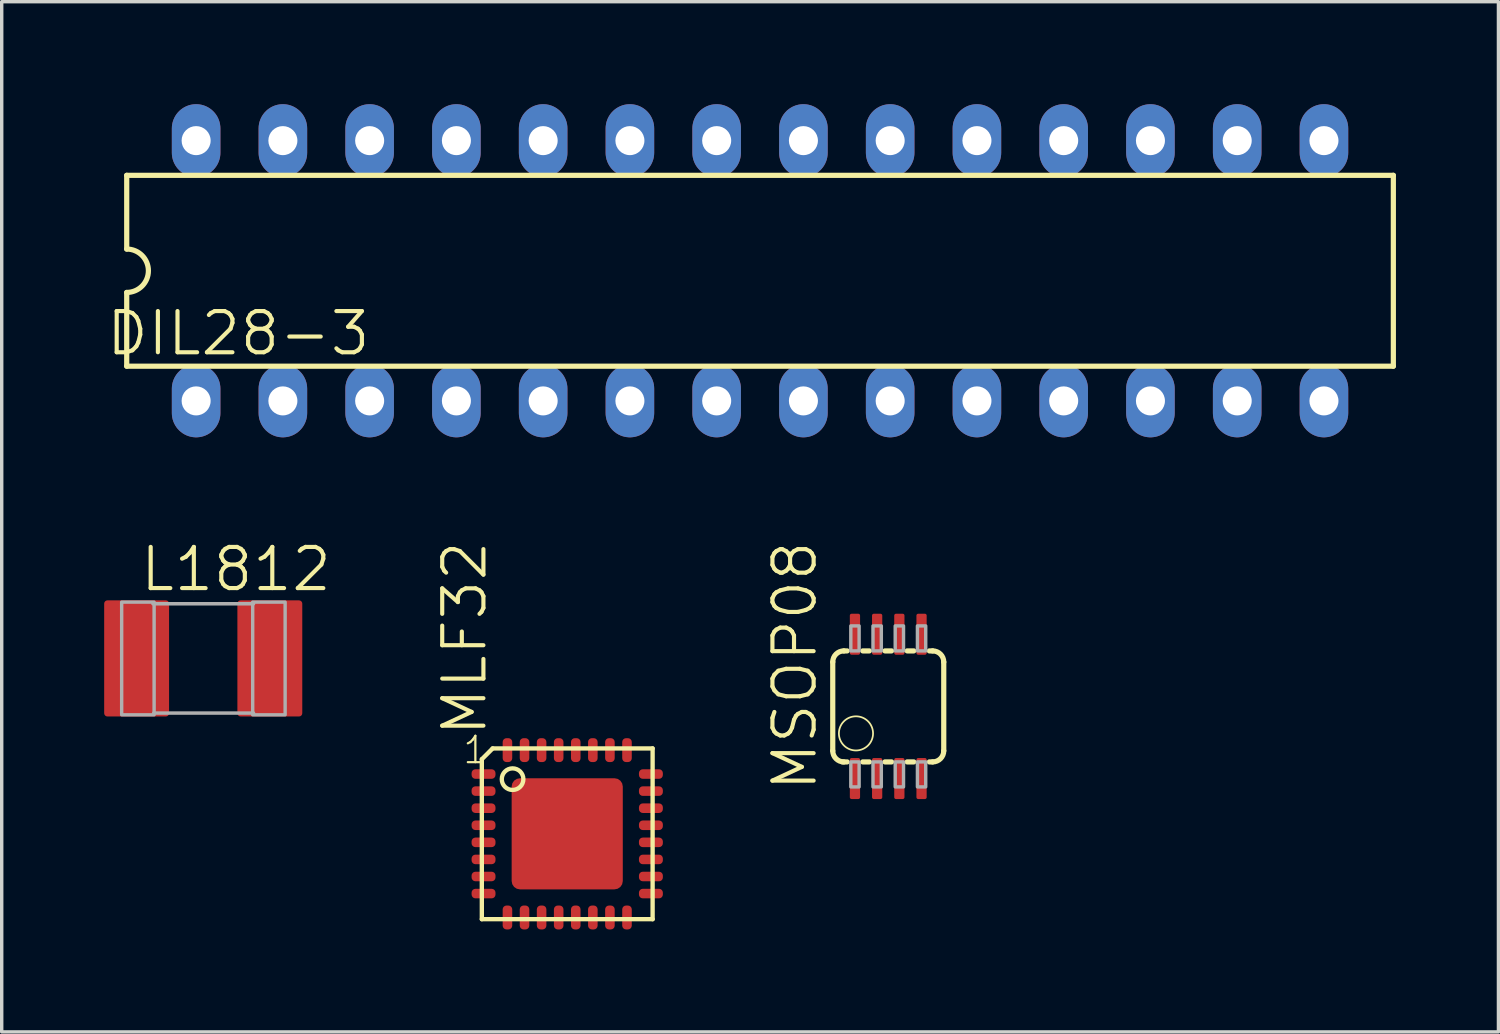
<source format=kicad_pcb>
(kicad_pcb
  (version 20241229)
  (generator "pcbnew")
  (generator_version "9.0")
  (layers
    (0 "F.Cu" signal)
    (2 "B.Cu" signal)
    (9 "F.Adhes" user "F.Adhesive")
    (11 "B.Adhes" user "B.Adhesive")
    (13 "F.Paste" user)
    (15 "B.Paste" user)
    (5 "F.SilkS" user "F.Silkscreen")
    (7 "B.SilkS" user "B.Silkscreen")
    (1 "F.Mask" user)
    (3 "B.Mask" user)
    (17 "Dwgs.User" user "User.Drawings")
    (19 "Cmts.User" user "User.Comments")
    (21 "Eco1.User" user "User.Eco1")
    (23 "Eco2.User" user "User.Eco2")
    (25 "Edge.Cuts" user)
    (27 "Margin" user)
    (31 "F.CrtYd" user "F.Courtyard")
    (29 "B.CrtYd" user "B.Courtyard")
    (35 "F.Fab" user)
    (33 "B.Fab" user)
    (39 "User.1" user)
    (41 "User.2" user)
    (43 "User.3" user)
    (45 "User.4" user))
  (footprint "MLF32"
    (layer "F.Cu")
    (at 13.557 21.362)
    (property "Reference" "MLF32" (at -2.3 -2.8 270) (layer "F.SilkS") (effects (font (size 1.206 1.206) (thickness 0.121)) (justify left bottom)))
    (attr through_hole)
    (fp_poly (pts (xy 0 -1.27) (xy 0.248 -1.246) (xy 0.486 -1.173) (xy 0.706 -1.056) (xy 0.898 -0.898) (xy 1.056 -0.706) (xy 1.173 -0.486) (xy 1.27 0) (xy 1.246 0.248) (xy 1.173 0.486) (xy 1.056 0.706) (xy 0.898 0.898) (xy 0.706 1.056) (xy 0.486 1.173) (xy 0 1.27) (xy -0.248 1.246) (xy -0.486 1.173) (xy -0.706 1.056) (xy -0.898 0.898) (xy -1.056 0.706) (xy -1.173 0.486) (xy -1.27 0) (xy -1.246 -0.248) (xy -1.173 -0.486) (xy -1.056 -0.706) (xy -0.898 -0.898) (xy -0.706 -1.056) (xy -0.486 -1.173)) (stroke (width 0) (type solid)) (fill yes) (layer "F.Mask"))
    (fp_line (start -2.5 -2.183) (end -2.5 2.5) (stroke (width 0.127) (type solid)) (layer "F.SilkS"))
    (fp_line (start -2.5 2.5) (end 2.5 2.5) (stroke (width 0.127) (type solid)) (layer "F.SilkS"))
    (fp_line (start -2.183 -2.5) (end -2.5 -2.183) (stroke (width 0.127) (type solid)) (layer "F.SilkS"))
    (fp_line (start 2.5 -2.5) (end -2.183 -2.5) (stroke (width 0.127) (type solid)) (layer "F.SilkS"))
    (fp_line (start 2.5 2.5) (end 2.5 -2.5) (stroke (width 0.127) (type solid)) (layer "F.SilkS"))
    (fp_circle (center -1.6 -1.6) (end -1.284 -1.6) (stroke (width 0.127) (type solid)) (fill no) (layer "F.SilkS"))
    (fp_poly (pts (xy -0.635 0.635) (xy 0.635 0.635) (xy 0.635 -0.635) (xy -0.635 -0.635)) (stroke (width 0) (type solid)) (fill yes) (layer "F.Paste"))
    (fp_text user "1" (at -3.1 -2 0) (layer "F.SilkS") (effects (font (size 0.772 0.772) (thickness 0.065)) (justify left bottom)))
    (pad "1" smd roundrect (at -2.45 -1.75 90) (size 0.28 0.7) (layers "F.Cu" "F.Mask" "F.Paste") (roundrect_rratio 0.4))
    (pad "2" smd roundrect (at -2.45 -1.25 90) (size 0.28 0.7) (layers "F.Cu" "F.Mask" "F.Paste") (roundrect_rratio 0.4))
    (pad "3" smd roundrect (at -2.45 -0.75 90) (size 0.28 0.7) (layers "F.Cu" "F.Mask" "F.Paste") (roundrect_rratio 0.4))
    (pad "4" smd roundrect (at -2.45 -0.25 90) (size 0.28 0.7) (layers "F.Cu" "F.Mask" "F.Paste") (roundrect_rratio 0.4))
    (pad "5" smd roundrect (at -2.45 0.25 90) (size 0.28 0.7) (layers "F.Cu" "F.Mask" "F.Paste") (roundrect_rratio 0.4))
    (pad "6" smd roundrect (at -2.45 0.75 90) (size 0.28 0.7) (layers "F.Cu" "F.Mask" "F.Paste") (roundrect_rratio 0.4))
    (pad "7" smd roundrect (at -2.45 1.25 90) (size 0.28 0.7) (layers "F.Cu" "F.Mask" "F.Paste") (roundrect_rratio 0.4))
    (pad "8" smd roundrect (at -2.45 1.75 90) (size 0.28 0.7) (layers "F.Cu" "F.Mask" "F.Paste") (roundrect_rratio 0.4))
    (pad "9" smd roundrect (at -1.75 2.45 180) (size 0.28 0.7) (layers "F.Cu" "F.Mask" "F.Paste") (roundrect_rratio 0.4))
    (pad "10" smd roundrect (at -1.25 2.45 180) (size 0.28 0.7) (layers "F.Cu" "F.Mask" "F.Paste") (roundrect_rratio 0.4))
    (pad "11" smd roundrect (at -0.75 2.45 180) (size 0.28 0.7) (layers "F.Cu" "F.Mask" "F.Paste") (roundrect_rratio 0.4))
    (pad "12" smd roundrect (at -0.25 2.45 180) (size 0.28 0.7) (layers "F.Cu" "F.Mask" "F.Paste") (roundrect_rratio 0.4))
    (pad "13" smd roundrect (at 0.25 2.45 180) (size 0.28 0.7) (layers "F.Cu" "F.Mask" "F.Paste") (roundrect_rratio 0.4))
    (pad "14" smd roundrect (at 0.75 2.45 180) (size 0.28 0.7) (layers "F.Cu" "F.Mask" "F.Paste") (roundrect_rratio 0.4))
    (pad "15" smd roundrect (at 1.25 2.45 180) (size 0.28 0.7) (layers "F.Cu" "F.Mask" "F.Paste") (roundrect_rratio 0.4))
    (pad "16" smd roundrect (at 1.75 2.45 180) (size 0.28 0.7) (layers "F.Cu" "F.Mask" "F.Paste") (roundrect_rratio 0.4))
    (pad "17" smd roundrect (at 2.45 1.75 90) (size 0.28 0.7) (layers "F.Cu" "F.Mask" "F.Paste") (roundrect_rratio 0.4))
    (pad "18" smd roundrect (at 2.45 1.25 90) (size 0.28 0.7) (layers "F.Cu" "F.Mask" "F.Paste") (roundrect_rratio 0.4))
    (pad "19" smd roundrect (at 2.45 0.75 90) (size 0.28 0.7) (layers "F.Cu" "F.Mask" "F.Paste") (roundrect_rratio 0.4))
    (pad "20" smd roundrect (at 2.45 0.25 90) (size 0.28 0.7) (layers "F.Cu" "F.Mask" "F.Paste") (roundrect_rratio 0.4))
    (pad "21" smd roundrect (at 2.45 -0.25 90) (size 0.28 0.7) (layers "F.Cu" "F.Mask" "F.Paste") (roundrect_rratio 0.4))
    (pad "22" smd roundrect (at 2.45 -0.75 90) (size 0.28 0.7) (layers "F.Cu" "F.Mask" "F.Paste") (roundrect_rratio 0.4))
    (pad "23" smd roundrect (at 2.45 -1.25 90) (size 0.28 0.7) (layers "F.Cu" "F.Mask" "F.Paste") (roundrect_rratio 0.4))
    (pad "24" smd roundrect (at 2.45 -1.75 90) (size 0.28 0.7) (layers "F.Cu" "F.Mask" "F.Paste") (roundrect_rratio 0.4))
    (pad "25" smd roundrect (at 1.75 -2.45 180) (size 0.28 0.7) (layers "F.Cu" "F.Mask" "F.Paste") (roundrect_rratio 0.4))
    (pad "26" smd roundrect (at 1.25 -2.45 180) (size 0.28 0.7) (layers "F.Cu" "F.Mask" "F.Paste") (roundrect_rratio 0.4))
    (pad "27" smd roundrect (at 0.75 -2.45 180) (size 0.28 0.7) (layers "F.Cu" "F.Mask" "F.Paste") (roundrect_rratio 0.4))
    (pad "28" smd roundrect (at 0.25 -2.45 180) (size 0.28 0.7) (layers "F.Cu" "F.Mask" "F.Paste") (roundrect_rratio 0.4))
    (pad "29" smd roundrect (at -0.25 -2.45 180) (size 0.28 0.7) (layers "F.Cu" "F.Mask" "F.Paste") (roundrect_rratio 0.4))
    (pad "30" smd roundrect (at -0.75 -2.45 180) (size 0.28 0.7) (layers "F.Cu" "F.Mask" "F.Paste") (roundrect_rratio 0.4))
    (pad "31" smd roundrect (at -1.25 -2.45 180) (size 0.28 0.7) (layers "F.Cu" "F.Mask" "F.Paste") (roundrect_rratio 0.4))
    (pad "32" smd roundrect (at -1.75 -2.45 180) (size 0.28 0.7) (layers "F.Cu" "F.Mask" "F.Paste") (roundrect_rratio 0.4))
    (pad "33" smd roundrect (at 0 0 180) (size 3.254 3.254) (layers "F.Cu" "F.Mask") (roundrect_rratio 0.075)))
  (footprint "MSOP08"
    (layer "F.Cu")
    (at 22.957 17.631)
    (property "Reference" "MSOP08" (at -2.032 2.54 270) (layer "F.SilkS") (effects (font (size 1.206 1.206) (thickness 0.121)) (justify left bottom)))
    (attr through_hole)
    (fp_line (start -1.626 1.301) (end -1.626 -1.299) (stroke (width 0.152) (type solid)) (layer "F.SilkS"))
    (fp_line (start -1.341 1.626) (end -1.204 1.626) (stroke (width 0.152) (type solid)) (layer "F.SilkS"))
    (fp_line (start -1.301 -1.624) (end -1.204 -1.624) (stroke (width 0.152) (type solid)) (layer "F.SilkS"))
    (fp_line (start -0.747 -1.624) (end -0.554 -1.624) (stroke (width 0.152) (type solid)) (layer "F.SilkS"))
    (fp_line (start -0.747 1.626) (end -0.554 1.626) (stroke (width 0.152) (type solid)) (layer "F.SilkS"))
    (fp_line (start -0.097 -1.624) (end 0.096 -1.624) (stroke (width 0.152) (type solid)) (layer "F.SilkS"))
    (fp_line (start -0.097 1.626) (end 0.096 1.626) (stroke (width 0.152) (type solid)) (layer "F.SilkS"))
    (fp_line (start 0.553 -1.624) (end 0.746 -1.624) (stroke (width 0.152) (type solid)) (layer "F.SilkS"))
    (fp_line (start 0.553 1.626) (end 0.746 1.626) (stroke (width 0.152) (type solid)) (layer "F.SilkS"))
    (fp_line (start 1.203 -1.624) (end 1.299 -1.624) (stroke (width 0.152) (type solid)) (layer "F.SilkS"))
    (fp_line (start 1.203 1.626) (end 1.299 1.626) (stroke (width 0.152) (type solid)) (layer "F.SilkS"))
    (fp_line (start 1.624 -1.299) (end 1.624 1.301) (stroke (width 0.152) (type solid)) (layer "F.SilkS"))
    (fp_arc (start -1.626 -1.299) (mid -1.53081 -1.52881) (end -1.301 -1.624) (stroke (width 0.1524) (type solid)) (layer "F.SilkS"))
    (fp_arc (start -1.301 1.626) (mid -1.53081 1.53081) (end -1.626 1.301) (stroke (width 0.1524) (type solid)) (layer "F.SilkS"))
    (fp_arc (start 1.299 -1.624) (mid 1.52881 -1.52881) (end 1.624 -1.299) (stroke (width 0.1524) (type solid)) (layer "F.SilkS"))
    (fp_arc (start 1.624 1.301) (mid 1.52881 1.53081) (end 1.299 1.626) (stroke (width 0.1524) (type solid)) (layer "F.SilkS"))
    (fp_circle (center -0.946 0.791) (end -0.446 0.791) (stroke (width 0.051) (type solid)) (fill no) (layer "F.SilkS"))
    (fp_poly (pts (xy -1.097 -1.624) (xy -0.854 -1.624) (xy -0.854 -2.356) (xy -1.097 -2.356)) (stroke (width 0.1) (type solid)) (fill no) (layer "F.Fab"))
    (fp_poly (pts (xy -1.097 2.357) (xy -0.854 2.357) (xy -0.854 1.626) (xy -1.097 1.626)) (stroke (width 0.1) (type solid)) (fill no) (layer "F.Fab"))
    (fp_poly (pts (xy -0.448 -1.624) (xy -0.204 -1.624) (xy -0.204 -2.356) (xy -0.448 -2.356)) (stroke (width 0.1) (type solid)) (fill no) (layer "F.Fab"))
    (fp_poly (pts (xy -0.448 2.357) (xy -0.204 2.357) (xy -0.204 1.626) (xy -0.448 1.626)) (stroke (width 0.1) (type solid)) (fill no) (layer "F.Fab"))
    (fp_poly (pts (xy 0.203 -1.624) (xy 0.446 -1.624) (xy 0.446 -2.356) (xy 0.203 -2.356)) (stroke (width 0.1) (type solid)) (fill no) (layer "F.Fab"))
    (fp_poly (pts (xy 0.203 2.357) (xy 0.446 2.357) (xy 0.446 1.626) (xy 0.203 1.626)) (stroke (width 0.1) (type solid)) (fill no) (layer "F.Fab"))
    (fp_poly (pts (xy 0.853 -1.624) (xy 1.096 -1.624) (xy 1.096 -2.356) (xy 0.853 -2.356)) (stroke (width 0.1) (type solid)) (fill no) (layer "F.Fab"))
    (fp_poly (pts (xy 0.853 2.357) (xy 1.096 2.357) (xy 1.096 1.626) (xy 0.853 1.626)) (stroke (width 0.1) (type solid)) (fill no) (layer "F.Fab"))
    (pad "1" smd roundrect (at -0.976 2.113) (size 0.3 1.2) (layers "F.Cu" "F.Mask" "F.Paste") (roundrect_rratio 0.169))
    (pad "2" smd roundrect (at -0.326 2.113) (size 0.3 1.2) (layers "F.Cu" "F.Mask" "F.Paste") (roundrect_rratio 0.169))
    (pad "3" smd roundrect (at 0.324 2.113) (size 0.3 1.2) (layers "F.Cu" "F.Mask" "F.Paste") (roundrect_rratio 0.169))
    (pad "4" smd roundrect (at 0.974 2.113) (size 0.3 1.2) (layers "F.Cu" "F.Mask" "F.Paste") (roundrect_rratio 0.169))
    (pad "5" smd roundrect (at 0.974 -2.112) (size 0.3 1.2) (layers "F.Cu" "F.Mask" "F.Paste") (roundrect_rratio 0.169))
    (pad "6" smd roundrect (at 0.324 -2.112) (size 0.3 1.2) (layers "F.Cu" "F.Mask" "F.Paste") (roundrect_rratio 0.169))
    (pad "7" smd roundrect (at -0.326 -2.112) (size 0.3 1.2) (layers "F.Cu" "F.Mask" "F.Paste") (roundrect_rratio 0.169))
    (pad "8" smd roundrect (at -0.976 -2.112) (size 0.3 1.2) (layers "F.Cu" "F.Mask" "F.Paste") (roundrect_rratio 0.169)))
  (footprint "DIL28-3"
    (layer "F.Cu")
    (at 19.202 4.877)
    (property "Reference" "DIL28-3" (at -19.202 2.54 180) (layer "F.SilkS") (effects (font (size 1.206 1.206) (thickness 0.121)) (justify left bottom)))
    (attr through_hole)
    (fp_line (start -18.542 -2.794) (end -18.542 -0.635) (stroke (width 0.152) (type solid)) (layer "F.SilkS"))
    (fp_line (start -18.542 -2.794) (end 18.542 -2.794) (stroke (width 0.152) (type solid)) (layer "F.SilkS"))
    (fp_line (start -18.542 0.635) (end -18.542 2.794) (stroke (width 0.152) (type solid)) (layer "F.SilkS"))
    (fp_line (start -18.542 2.794) (end 18.542 2.794) (stroke (width 0.152) (type solid)) (layer "F.SilkS"))
    (fp_line (start 18.542 -2.794) (end 18.542 2.794) (stroke (width 0.152) (type solid)) (layer "F.SilkS"))
    (fp_arc (start -18.542 -0.635) (mid -17.907 0) (end -18.542 0.635) (stroke (width 0.1524) (type solid)) (layer "F.SilkS"))
    (pad "1" thru_hole oval (at -16.51 3.81 90) (size 2.134 1.422) (drill 0.85) (layers "*.Cu" "*.Mask"))
    (pad "2" thru_hole oval (at -13.97 3.81 90) (size 2.134 1.422) (drill 0.85) (layers "*.Cu" "*.Mask"))
    (pad "3" thru_hole oval (at -11.43 3.81 90) (size 2.134 1.422) (drill 0.85) (layers "*.Cu" "*.Mask"))
    (pad "4" thru_hole oval (at -8.89 3.81 90) (size 2.134 1.422) (drill 0.85) (layers "*.Cu" "*.Mask"))
    (pad "5" thru_hole oval (at -6.35 3.81 90) (size 2.134 1.422) (drill 0.85) (layers "*.Cu" "*.Mask"))
    (pad "6" thru_hole oval (at -3.81 3.81 90) (size 2.134 1.422) (drill 0.85) (layers "*.Cu" "*.Mask"))
    (pad "7" thru_hole oval (at -1.27 3.81 90) (size 2.134 1.422) (drill 0.85) (layers "*.Cu" "*.Mask"))
    (pad "8" thru_hole oval (at 1.27 3.81 90) (size 2.134 1.422) (drill 0.85) (layers "*.Cu" "*.Mask"))
    (pad "9" thru_hole oval (at 3.81 3.81 90) (size 2.134 1.422) (drill 0.85) (layers "*.Cu" "*.Mask"))
    (pad "10" thru_hole oval (at 6.35 3.81 90) (size 2.134 1.422) (drill 0.85) (layers "*.Cu" "*.Mask"))
    (pad "11" thru_hole oval (at 8.89 3.81 90) (size 2.134 1.422) (drill 0.85) (layers "*.Cu" "*.Mask"))
    (pad "12" thru_hole oval (at 11.43 3.81 90) (size 2.134 1.422) (drill 0.85) (layers "*.Cu" "*.Mask"))
    (pad "13" thru_hole oval (at 13.97 3.81 90) (size 2.134 1.422) (drill 0.85) (layers "*.Cu" "*.Mask"))
    (pad "14" thru_hole oval (at 16.51 3.81 90) (size 2.134 1.422) (drill 0.85) (layers "*.Cu" "*.Mask"))
    (pad "15" thru_hole oval (at 16.51 -3.81 90) (size 2.134 1.422) (drill 0.85) (layers "*.Cu" "*.Mask"))
    (pad "16" thru_hole oval (at 13.97 -3.81 90) (size 2.134 1.422) (drill 0.85) (layers "*.Cu" "*.Mask"))
    (pad "17" thru_hole oval (at 11.43 -3.81 90) (size 2.134 1.422) (drill 0.85) (layers "*.Cu" "*.Mask"))
    (pad "18" thru_hole oval (at 8.89 -3.81 90) (size 2.134 1.422) (drill 0.85) (layers "*.Cu" "*.Mask"))
    (pad "19" thru_hole oval (at 6.35 -3.81 90) (size 2.134 1.422) (drill 0.85) (layers "*.Cu" "*.Mask"))
    (pad "20" thru_hole oval (at 3.81 -3.81 90) (size 2.134 1.422) (drill 0.85) (layers "*.Cu" "*.Mask"))
    (pad "21" thru_hole oval (at 1.27 -3.81 90) (size 2.134 1.422) (drill 0.85) (layers "*.Cu" "*.Mask"))
    (pad "22" thru_hole oval (at -1.27 -3.81 90) (size 2.134 1.422) (drill 0.85) (layers "*.Cu" "*.Mask"))
    (pad "23" thru_hole oval (at -3.81 -3.81 90) (size 2.134 1.422) (drill 0.85) (layers "*.Cu" "*.Mask"))
    (pad "24" thru_hole oval (at -6.35 -3.81 90) (size 2.134 1.422) (drill 0.85) (layers "*.Cu" "*.Mask"))
    (pad "25" thru_hole oval (at -8.89 -3.81 90) (size 2.134 1.422) (drill 0.85) (layers "*.Cu" "*.Mask"))
    (pad "26" thru_hole oval (at -11.43 -3.81 90) (size 2.134 1.422) (drill 0.85) (layers "*.Cu" "*.Mask"))
    (pad "27" thru_hole oval (at -13.97 -3.81 90) (size 2.134 1.422) (drill 0.85) (layers "*.Cu" "*.Mask"))
    (pad "28" thru_hole oval (at -16.51 -3.81 90) (size 2.134 1.422) (drill 0.85) (layers "*.Cu" "*.Mask")))
  (footprint "L1812"
    (layer "F.Cu")
    (at 2.9 16.227)
    (property "Reference" "L1812" (at -1.905 -1.905 0) (layer "F.SilkS") (effects (font (size 1.206 1.206) (thickness 0.121)) (justify left bottom)))
    (attr through_hole)
    (fp_line (start -1.473 -1.6) (end 1.473 -1.6) (stroke (width 0.102) (type solid)) (layer "F.Fab"))
    (fp_line (start -1.448 1.6) (end 1.473 1.6) (stroke (width 0.102) (type solid)) (layer "F.Fab"))
    (fp_poly (pts (xy -2.388 1.651) (xy -1.438 1.651) (xy -1.438 -1.649) (xy -2.388 -1.649)) (stroke (width 0.1) (type solid)) (fill no) (layer "F.Fab"))
    (fp_poly (pts (xy 1.448 1.651) (xy 2.398 1.651) (xy 2.398 -1.649) (xy 1.448 -1.649)) (stroke (width 0.1) (type solid)) (fill no) (layer "F.Fab"))
    (pad "1" smd roundrect (at -1.95 0) (size 1.9 3.4) (layers "F.Cu" "F.Mask" "F.Paste") (roundrect_rratio 0.05))
    (pad "2" smd roundrect (at 1.95 0) (size 1.9 3.4) (layers "F.Cu" "F.Mask" "F.Paste") (roundrect_rratio 0.05)))
  (gr_rect
    (start -3 -3)
    (end 40.821 27.162)
    (stroke (width 0.1) (type default))
    (fill no)
    (layer "Edge.Cuts")))
</source>
